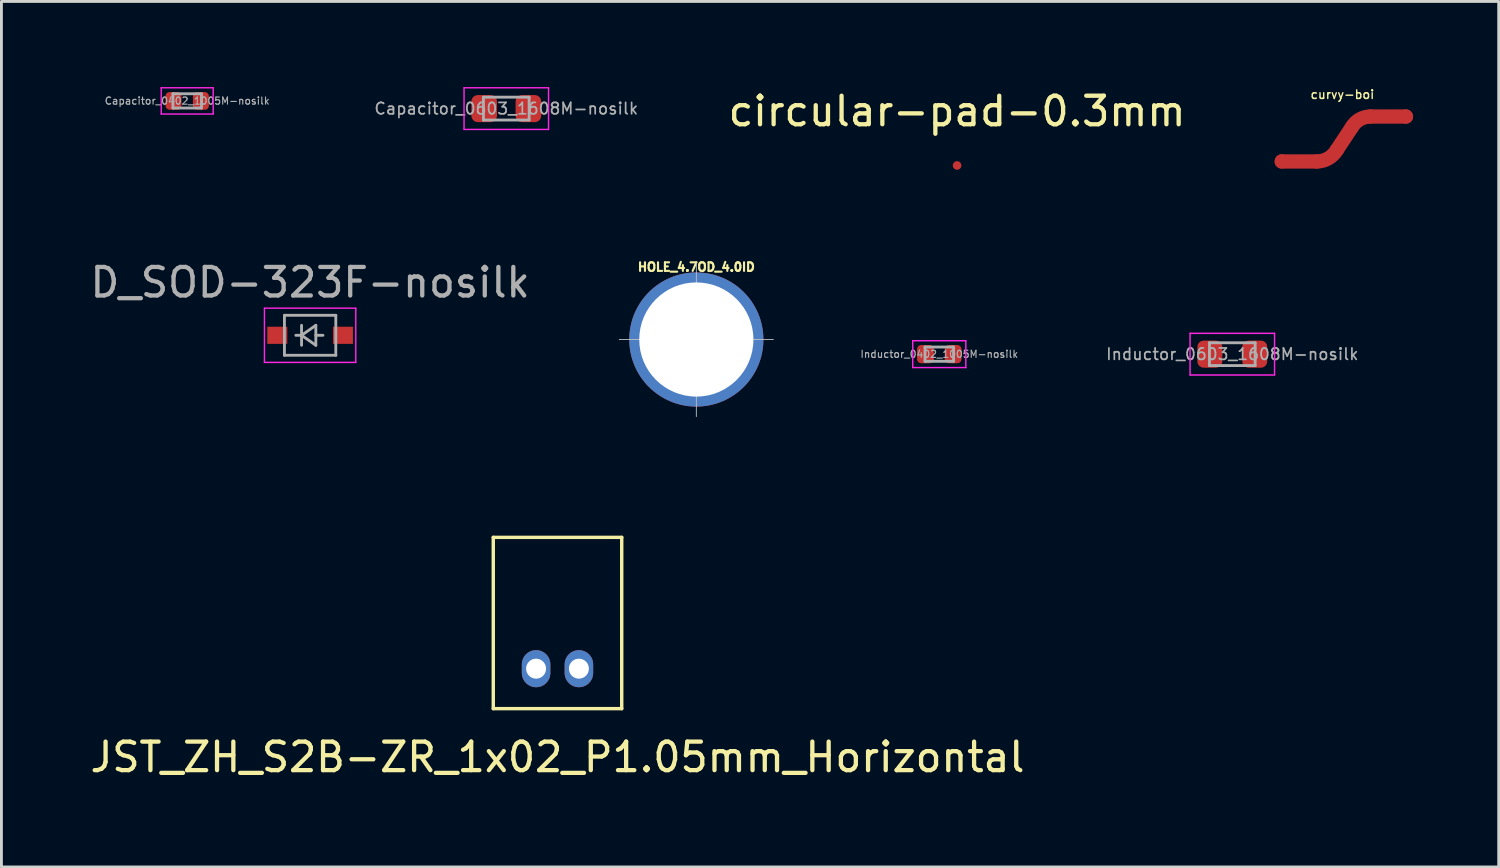
<source format=kicad_pcb>
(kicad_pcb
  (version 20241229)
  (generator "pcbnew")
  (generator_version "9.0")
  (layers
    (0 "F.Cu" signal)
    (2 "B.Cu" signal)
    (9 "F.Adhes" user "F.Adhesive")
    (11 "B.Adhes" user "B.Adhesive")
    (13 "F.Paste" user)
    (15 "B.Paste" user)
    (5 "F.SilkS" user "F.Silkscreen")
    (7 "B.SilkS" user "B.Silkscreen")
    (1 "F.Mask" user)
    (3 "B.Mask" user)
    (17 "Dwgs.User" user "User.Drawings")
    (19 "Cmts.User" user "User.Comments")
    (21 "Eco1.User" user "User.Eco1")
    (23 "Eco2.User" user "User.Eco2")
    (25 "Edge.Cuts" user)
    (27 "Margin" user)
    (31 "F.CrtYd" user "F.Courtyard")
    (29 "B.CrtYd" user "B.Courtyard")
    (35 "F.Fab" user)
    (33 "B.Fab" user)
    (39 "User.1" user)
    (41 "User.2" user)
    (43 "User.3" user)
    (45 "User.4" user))
  (footprint "Inductor_0402_1005M-nosilk"
    (layer "F.Cu")
    (at 29.858 9.358)
    (property "Reference" "Inductor_0402_1005M-nosilk" (at 0 0 90) (layer "Eco2.User") (effects (font (size 0.3 0.3) (thickness 0.05))))
    (attr smd)
    (fp_line (start -0.93 -0.47) (end 0.93 -0.47) (stroke (width 0.05) (type solid)) (layer "F.CrtYd"))
    (fp_line (start -0.93 0.47) (end -0.93 -0.47) (stroke (width 0.05) (type solid)) (layer "F.CrtYd"))
    (fp_line (start 0.93 -0.47) (end 0.93 0.47) (stroke (width 0.05) (type solid)) (layer "F.CrtYd"))
    (fp_line (start 0.93 0.47) (end -0.93 0.47) (stroke (width 0.05) (type solid)) (layer "F.CrtYd"))
    (fp_line (start -0.5 -0.25) (end 0.5 -0.25) (stroke (width 0.1) (type solid)) (layer "F.Fab"))
    (fp_line (start -0.5 0.25) (end -0.5 -0.25) (stroke (width 0.1) (type solid)) (layer "F.Fab"))
    (fp_line (start 0.5 -0.25) (end 0.5 0.25) (stroke (width 0.1) (type solid)) (layer "F.Fab"))
    (fp_line (start 0.5 0.25) (end -0.5 0.25) (stroke (width 0.1) (type solid)) (layer "F.Fab"))
    (fp_text user "${REFERENCE}" (at 0 0 0) (layer "F.Fab") (effects (font (size 0.25 0.25) (thickness 0.04))))
    (pad "1" smd roundrect (at -0.485 0) (size 0.59 0.64) (layers "F.Cu" "F.Mask" "F.Paste") (roundrect_rratio 0.25))
    (pad "2" smd roundrect (at 0.485 0) (size 0.59 0.64) (layers "F.Cu" "F.Mask" "F.Paste") (roundrect_rratio 0.25)))
  (footprint "HOLE_4.7OD_4.0ID"
    (layer "F.Cu")
    (at 21.346 8.845)
    (property "Reference" "HOLE_4.7OD_4.0ID" (at 0 -2.54 0) (layer "F.SilkS") (effects (font (size 0.3 0.3) (thickness 0.076))))
    (attr through_hole)
    (fp_line (start 0 0) (end -2.7 0) (stroke (width 0.03) (type solid)) (layer "Dwgs.User"))
    (fp_line (start 0 0) (end 0 -2.7) (stroke (width 0.03) (type solid)) (layer "Dwgs.User"))
    (fp_line (start 0 0) (end 0 2.7) (stroke (width 0.03) (type solid)) (layer "Dwgs.User"))
    (fp_line (start 0 0) (end 2.7 0) (stroke (width 0.03) (type solid)) (layer "Dwgs.User"))
    (pad "" thru_hole circle (at 0 0 90) (size 4.7 4.7) (drill 4) (layers "*.Cu" "*.Mask")))
  (footprint "Capacitor_0603_1608M-nosilk"
    (layer "F.Cu")
    (at 14.688 0.755)
    (property "Reference" "Capacitor_0603_1608M-nosilk" (at 0 0 0) (layer "Eco2.User") (effects (font (size 0.3 0.3) (thickness 0.05))))
    (attr smd)
    (fp_line (start -1.48 -0.73) (end 1.48 -0.73) (stroke (width 0.05) (type solid)) (layer "F.CrtYd"))
    (fp_line (start -1.48 0.73) (end -1.48 -0.73) (stroke (width 0.05) (type solid)) (layer "F.CrtYd"))
    (fp_line (start 1.48 -0.73) (end 1.48 0.73) (stroke (width 0.05) (type solid)) (layer "F.CrtYd"))
    (fp_line (start 1.48 0.73) (end -1.48 0.73) (stroke (width 0.05) (type solid)) (layer "F.CrtYd"))
    (fp_line (start -0.8 -0.4) (end 0.8 -0.4) (stroke (width 0.1) (type solid)) (layer "F.Fab"))
    (fp_line (start -0.8 0.4) (end -0.8 -0.4) (stroke (width 0.1) (type solid)) (layer "F.Fab"))
    (fp_line (start 0.8 -0.4) (end 0.8 0.4) (stroke (width 0.1) (type solid)) (layer "F.Fab"))
    (fp_line (start 0.8 0.4) (end -0.8 0.4) (stroke (width 0.1) (type solid)) (layer "F.Fab"))
    (fp_text user "${REFERENCE}" (at 0 0 0) (layer "F.Fab") (effects (font (size 0.4 0.4) (thickness 0.06))))
    (pad "1" smd roundrect (at -0.775 0) (size 0.9 0.95) (layers "F.Cu" "F.Mask" "F.Paste") (roundrect_rratio 0.25))
    (pad "2" smd roundrect (at 0.775 0) (size 0.9 0.95) (layers "F.Cu" "F.Mask" "F.Paste") (roundrect_rratio 0.25)))
  (footprint "circular-pad-0.3mm"
    (layer "F.Cu")
    (at 30.482 2.748)
    (property "Reference" "circular-pad-0.3mm" (at 0 -1.9 0) (layer "F.SilkS") (effects (font (size 1 1) (thickness 0.15))))
    (attr through_hole)
    (pad "1" connect circle (at 0 0) (size 0.3 0.3) (layers "F.Cu")))
  (footprint "curvy-boi"
    (layer "F.Cu")
    (at 43.982 1.883)
    (property "Reference" "curvy-boi" (at 0 -1.62 0) (layer "F.SilkS") (effects (font (size 0.3 0.3) (thickness 0.05))))
    (attr through_hole)
    (fp_line (start -2.125 0.725) (end -0.905 0.725) (stroke (width 0.5) (type solid)) (layer "F.Cu"))
    (fp_line (start 0.33 -0.475) (end -0.191 0.312) (stroke (width 0.5) (type solid)) (layer "F.Cu"))
    (fp_line (start 2.225 -0.85) (end 0.98 -0.85) (stroke (width 0.5) (type solid)) (layer "F.Cu"))
    (fp_arc (start -0.190529 0.3125) (mid -0.4925 0.614471) (end -0.905 0.725) (stroke (width 0.5) (type solid)) (layer "F.Cu"))
    (fp_arc (start 0.330481 -0.475) (mid 0.605 -0.749519) (end 0.98 -0.85) (stroke (width 0.5) (type solid)) (layer "F.Cu"))
    (pad "1" smd circle (at -2.125 0.72) (size 0.5 0.5) (layers "F.Cu" "F.Mask" "F.Paste"))
    (pad "2" smd circle (at 2.225 -0.85) (size 0.5 0.5) (layers "F.Cu" "F.Mask" "F.Paste")))
  (footprint "D_SOD-323F-nosilk"
    (layer "F.Cu")
    (at 7.815 8.697)
    (property "Reference" "D_SOD-323F-nosilk" (at 0 0 0) (layer "Eco2.User") (effects (font (size 0.3 0.3) (thickness 0.05))))
    (attr smd)
    (fp_line (start -1.6 -0.95) (end -1.6 0.95) (stroke (width 0.05) (type solid)) (layer "F.CrtYd"))
    (fp_line (start -1.6 -0.95) (end 1.6 -0.95) (stroke (width 0.05) (type solid)) (layer "F.CrtYd"))
    (fp_line (start -1.6 0.95) (end 1.6 0.95) (stroke (width 0.05) (type solid)) (layer "F.CrtYd"))
    (fp_line (start 1.6 -0.95) (end 1.6 0.95) (stroke (width 0.05) (type solid)) (layer "F.CrtYd"))
    (fp_line (start -0.9 -0.7) (end 0.9 -0.7) (stroke (width 0.1) (type solid)) (layer "F.Fab"))
    (fp_line (start -0.9 0.7) (end -0.9 -0.7) (stroke (width 0.1) (type solid)) (layer "F.Fab"))
    (fp_line (start -0.3 -0.35) (end -0.3 0.35) (stroke (width 0.1) (type solid)) (layer "F.Fab"))
    (fp_line (start -0.3 0) (end -0.5 0) (stroke (width 0.1) (type solid)) (layer "F.Fab"))
    (fp_line (start -0.3 0) (end 0.2 -0.35) (stroke (width 0.1) (type solid)) (layer "F.Fab"))
    (fp_line (start 0.2 -0.35) (end 0.2 0.35) (stroke (width 0.1) (type solid)) (layer "F.Fab"))
    (fp_line (start 0.2 0) (end 0.45 0) (stroke (width 0.1) (type solid)) (layer "F.Fab"))
    (fp_line (start 0.2 0.35) (end -0.3 0) (stroke (width 0.1) (type solid)) (layer "F.Fab"))
    (fp_line (start 0.9 -0.7) (end 0.9 0.7) (stroke (width 0.1) (type solid)) (layer "F.Fab"))
    (fp_line (start 0.9 0.7) (end -0.9 0.7) (stroke (width 0.1) (type solid)) (layer "F.Fab"))
    (fp_text user "${REFERENCE}" (at 0 -1.85 0) (layer "F.Fab") (effects (font (size 1 1) (thickness 0.15))))
    (pad "1" smd rect (at -1.15 0) (size 0.7 0.6) (layers "F.Cu" "F.Mask" "F.Paste"))
    (pad "2" smd rect (at 1.15 0) (size 0.7 0.6) (layers "F.Cu" "F.Mask" "F.Paste")))
  (footprint "Capacitor_0402_1005M-nosilk"
    (layer "F.Cu")
    (at 3.509 0.485)
    (property "Reference" "Capacitor_0402_1005M-nosilk" (at 0 0 180) (layer "Eco2.User") (effects (font (size 0.3 0.3) (thickness 0.05))))
    (attr smd)
    (fp_line (start -0.91 -0.46) (end 0.91 -0.46) (stroke (width 0.05) (type solid)) (layer "F.CrtYd"))
    (fp_line (start -0.91 0.46) (end -0.91 -0.46) (stroke (width 0.05) (type solid)) (layer "F.CrtYd"))
    (fp_line (start 0.91 -0.46) (end 0.91 0.46) (stroke (width 0.05) (type solid)) (layer "F.CrtYd"))
    (fp_line (start 0.91 0.46) (end -0.91 0.46) (stroke (width 0.05) (type solid)) (layer "F.CrtYd"))
    (fp_line (start -0.5 -0.25) (end 0.5 -0.25) (stroke (width 0.1) (type solid)) (layer "F.Fab"))
    (fp_line (start -0.5 0.25) (end -0.5 -0.25) (stroke (width 0.1) (type solid)) (layer "F.Fab"))
    (fp_line (start 0.5 -0.25) (end 0.5 0.25) (stroke (width 0.1) (type solid)) (layer "F.Fab"))
    (fp_line (start 0.5 0.25) (end -0.5 0.25) (stroke (width 0.1) (type solid)) (layer "F.Fab"))
    (fp_text user "${REFERENCE}" (at 0 0 180) (layer "F.Fab") (effects (font (size 0.25 0.25) (thickness 0.04))))
    (pad "1" smd roundrect (at -0.48 0) (size 0.56 0.62) (layers "F.Cu" "F.Mask" "F.Paste") (roundrect_rratio 0.25))
    (pad "2" smd roundrect (at 0.48 0) (size 0.56 0.62) (layers "F.Cu" "F.Mask" "F.Paste") (roundrect_rratio 0.25)))
  (footprint "Inductor_0603_1608M-nosilk"
    (layer "F.Cu")
    (at 40.124 9.358)
    (property "Reference" "Inductor_0603_1608M-nosilk" (at -0.01 0 90) (layer "Eco2.User") (effects (font (size 0.3 0.3) (thickness 0.05))))
    (attr smd)
    (fp_line (start -1.48 -0.73) (end 1.48 -0.73) (stroke (width 0.05) (type solid)) (layer "F.CrtYd"))
    (fp_line (start -1.48 0.73) (end -1.48 -0.73) (stroke (width 0.05) (type solid)) (layer "F.CrtYd"))
    (fp_line (start 1.48 -0.73) (end 1.48 0.73) (stroke (width 0.05) (type solid)) (layer "F.CrtYd"))
    (fp_line (start 1.48 0.73) (end -1.48 0.73) (stroke (width 0.05) (type solid)) (layer "F.CrtYd"))
    (fp_line (start -0.8 -0.4) (end 0.8 -0.4) (stroke (width 0.1) (type solid)) (layer "F.Fab"))
    (fp_line (start -0.8 0.4) (end -0.8 -0.4) (stroke (width 0.1) (type solid)) (layer "F.Fab"))
    (fp_line (start 0.8 -0.4) (end 0.8 0.4) (stroke (width 0.1) (type solid)) (layer "F.Fab"))
    (fp_line (start 0.8 0.4) (end -0.8 0.4) (stroke (width 0.1) (type solid)) (layer "F.Fab"))
    (fp_text user "${REFERENCE}" (at 0 0 0) (layer "F.Fab") (effects (font (size 0.4 0.4) (thickness 0.06))))
    (pad "1" smd roundrect (at -0.787 0) (size 0.875 0.95) (layers "F.Cu" "F.Mask" "F.Paste") (roundrect_rratio 0.25))
    (pad "2" smd roundrect (at 0.787 0) (size 0.875 0.95) (layers "F.Cu" "F.Mask" "F.Paste") (roundrect_rratio 0.25)))
  (footprint "JST_ZH_S2B-ZR_1x02_P1.05mm_Horizontal"
    (layer "F.Cu")
    (at 16.482 20.377)
    (property "Reference" "JST_ZH_S2B-ZR_1x02_P1.05mm_Horizontal" (at 0 3.1 0) (layer "F.SilkS") (effects (font (size 1 1) (thickness 0.15))))
    (attr through_hole)
    (fp_line (start -2.25 -4.6) (end -2.25 1.4) (stroke (width 0.12) (type solid)) (layer "F.SilkS"))
    (fp_line (start -2.25 -4.6) (end 2.25 -4.6) (stroke (width 0.12) (type solid)) (layer "F.SilkS"))
    (fp_line (start -2.25 1.4) (end 2.25 1.4) (stroke (width 0.12) (type solid)) (layer "F.SilkS"))
    (fp_line (start 2.25 -4.6) (end 2.25 1.4) (stroke (width 0.12) (type solid)) (layer "F.SilkS"))
    (pad "1" thru_hole oval (at 0.75 0) (size 1 1.3) (drill 0.7) (layers "*.Cu" "*.Mask"))
    (pad "2" thru_hole oval (at -0.75 0) (size 1 1.3) (drill 0.7) (layers "*.Cu" "*.Mask")))
  (gr_rect
    (start -3 -3)
    (end 49.457 27.325)
    (stroke (width 0.1) (type default))
    (fill no)
    (layer "Edge.Cuts")))
</source>
